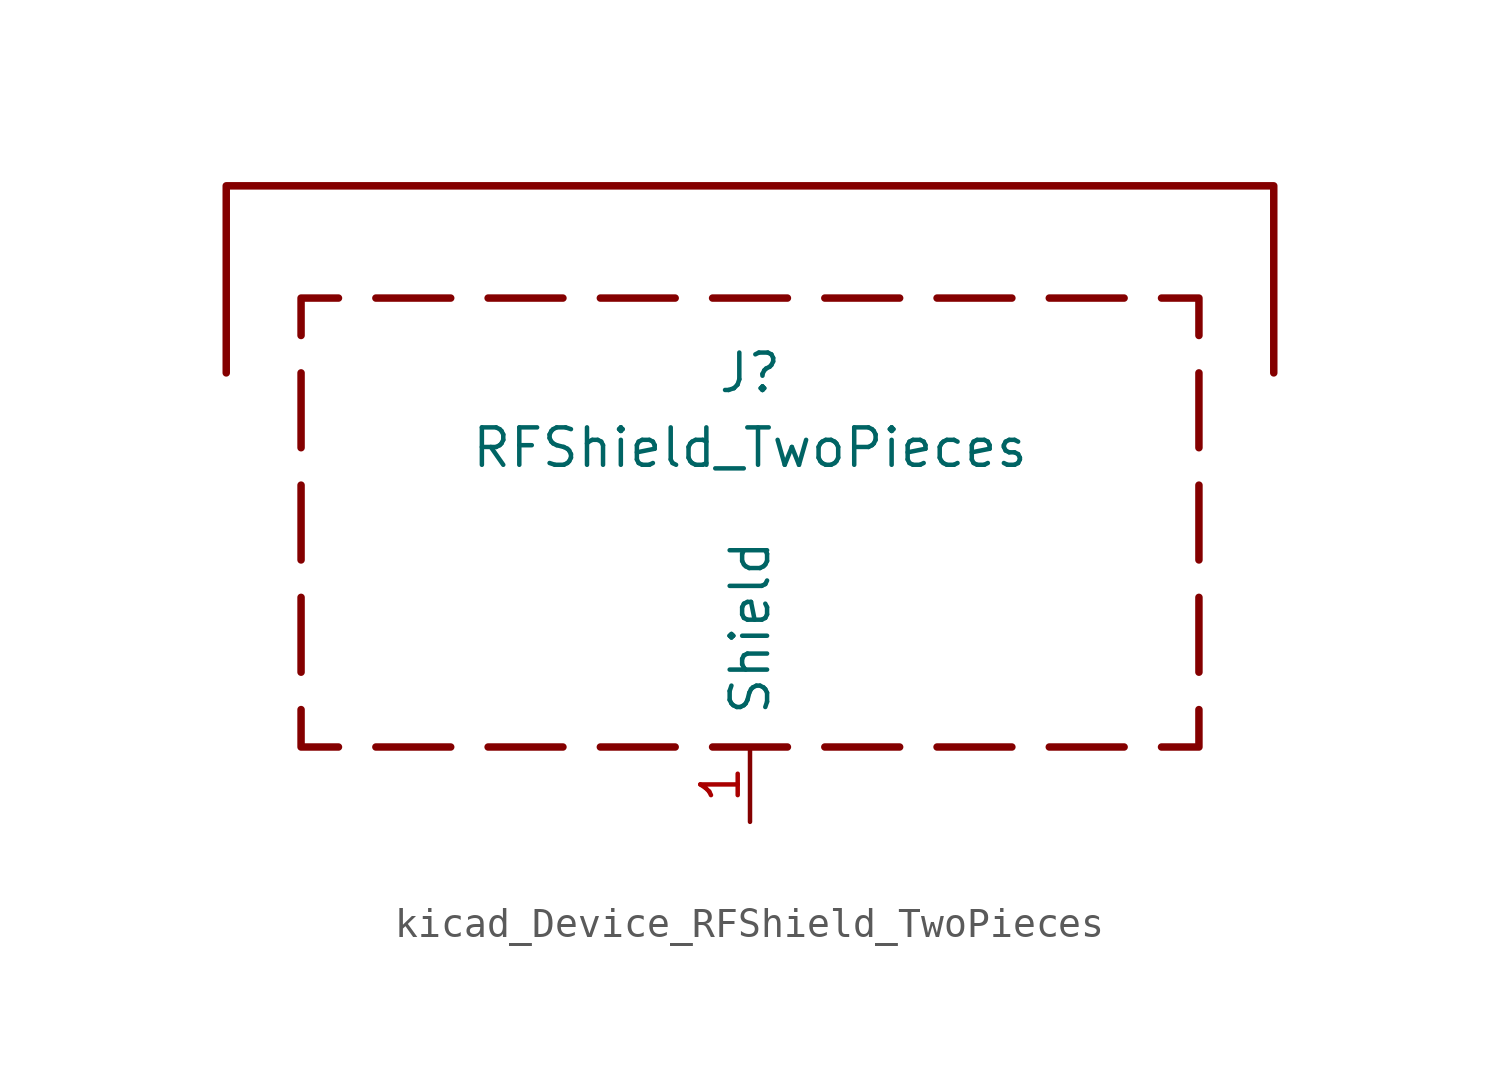
<source format=kicad_sym>
(kicad_symbol_lib
  (version 20220914)
  (generator kicad_symbol_editor)
  (symbol "kicad_Device_RFShield_TwoPieces"
    (pin_names
      (offset 1.016))
    (property "Reference" "J"
      (at 0 5.08 0)
      (effects (font (size 1.27 1.27))))
    (property "Value" "RFShield_TwoPieces"
      (at 0 2.54 0)
      (effects (font (size 1.27 1.27))))
    (symbol "kicad_Device_RFShield_TwoPieces_0_1"
      (polyline (pts (xy -15.24 -5.08) (xy -15.24 -2.54)) (stroke (width 0.254) (type default)) (fill (type none)))
      (polyline (pts (xy -15.24 -1.27) (xy -15.24 1.27)) (stroke (width 0.254) (type default)) (fill (type none)))
      (polyline (pts (xy -15.24 2.54) (xy -15.24 5.08)) (stroke (width 0.254) (type default)) (fill (type none)))
      (polyline (pts (xy -12.7 7.62) (xy -10.16 7.62)) (stroke (width 0.254) (type default)) (fill (type none)))
      (polyline (pts (xy -10.16 -7.62) (xy -12.7 -7.62)) (stroke (width 0.254) (type default)) (fill (type none)))
      (polyline (pts (xy -6.35 -7.62) (xy -8.89 -7.62)) (stroke (width 0.254) (type default)) (fill (type none)))
      (polyline (pts (xy -6.35 7.62) (xy -8.89 7.62)) (stroke (width 0.254) (type default)) (fill (type none)))
      (polyline (pts (xy -2.54 -7.62) (xy -5.08 -7.62)) (stroke (width 0.254) (type default)) (fill (type none)))
      (polyline (pts (xy -2.54 7.62) (xy -5.08 7.62)) (stroke (width 0.254) (type default)) (fill (type none)))
      (polyline (pts (xy -1.27 -7.62) (xy 1.27 -7.62)) (stroke (width 0.254) (type default)) (fill (type none)))
      (polyline (pts (xy 1.27 7.62) (xy -1.27 7.62)) (stroke (width 0.254) (type default)) (fill (type none)))
      (polyline (pts (xy 2.54 -7.62) (xy 5.08 -7.62)) (stroke (width 0.254) (type default)) (fill (type none)))
      (polyline (pts (xy 5.08 7.62) (xy 2.54 7.62)) (stroke (width 0.254) (type default)) (fill (type none)))
      (polyline (pts (xy 6.35 -7.62) (xy 8.89 -7.62)) (stroke (width 0.254) (type default)) (fill (type none)))
      (polyline (pts (xy 8.89 7.62) (xy 6.35 7.62)) (stroke (width 0.254) (type default)) (fill (type none)))
      (polyline (pts (xy 10.16 -7.62) (xy 12.7 -7.62)) (stroke (width 0.254) (type default)) (fill (type none)))
      (polyline (pts (xy 12.7 7.62) (xy 10.16 7.62)) (stroke (width 0.254) (type default)) (fill (type none)))
      (polyline (pts (xy 15.24 -5.08) (xy 15.24 -2.54)) (stroke (width 0.254) (type default)) (fill (type none)))
      (polyline (pts (xy 15.24 -1.27) (xy 15.24 1.27)) (stroke (width 0.254) (type default)) (fill (type none)))
      (polyline (pts (xy 15.24 2.54) (xy 15.24 5.08)) (stroke (width 0.254) (type default)) (fill (type none)))
      (polyline (pts (xy -15.24 6.35) (xy -15.24 7.62) (xy -13.97 7.62)) (stroke (width 0.254) (type default)) (fill (type none)))
      (polyline (pts (xy -13.97 -7.62) (xy -15.24 -7.62) (xy -15.24 -6.35)) (stroke (width 0.254) (type default)) (fill (type none)))
      (polyline (pts (xy 13.97 -7.62) (xy 15.24 -7.62) (xy 15.24 -6.35)) (stroke (width 0.254) (type default)) (fill (type none)))
      (polyline (pts (xy 15.24 6.35) (xy 15.24 7.62) (xy 13.97 7.62)) (stroke (width 0.254) (type default)) (fill (type none)))
      (polyline (pts (xy -17.78 5.08) (xy -17.78 11.43) (xy 17.78 11.43) (xy 17.78 5.08)) (stroke (width 0.254) (type default)) (fill (type none))))
    (symbol "kicad_Device_RFShield_TwoPieces_1_1"
      (pin passive line (at 0 -10.16 90) (length 2.54) (name "Shield" (effects (font (size 1.27 1.27)))) (number "1" (effects (font (size 1.27 1.27))))))))
</source>
